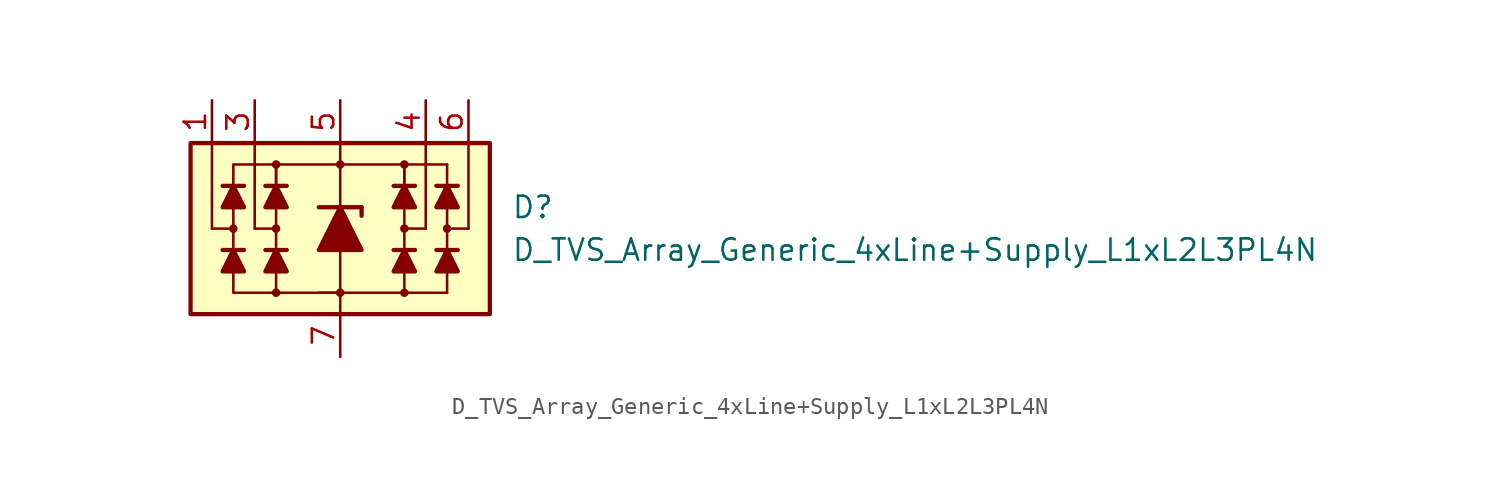
<source format=kicad_sym>
(kicad_symbol_lib
  (version 20211014)
  (generator kicad_symbol_editor)
  (symbol "D_TVS_Array_Generic_4xLine+Supply_L1xL2L3PL4N"
    (pin_names
      (offset 1.016) hide)
    (property "Reference" "D"
      (at 10.16 1.27 0)
      (effects (font (size 1.27 1.27)) (justify left)))
    (property "Value" "D_TVS_Array_Generic_4xLine+Supply_L1xL2L3PL4N"
      (at 10.16 -1.27 0)
      (effects (font (size 1.27 1.27)) (justify left)))
    (symbol "D_TVS_Array_Generic_4xLine+Supply_L1xL2L3PL4N_0_1"
      (rectangle (start -8.89 5.08) (end 8.89 -5.08) (stroke (width 0.254) (type default) (color 0 0 0 0)) (fill (type background)))
      (circle (center -3.81 0) (radius 0.178) (stroke (width 0) (type default) (color 0 0 0 0)) (fill (type outline)))
      (polyline (pts (xy -5.715 -1.27) (xy -6.985 -1.27)) (stroke (width 0.254) (type default) (color 0 0 0 0)) (fill (type none)))
      (polyline (pts (xy -5.715 2.54) (xy -6.985 2.54)) (stroke (width 0.254) (type default) (color 0 0 0 0)) (fill (type none)))
      (polyline (pts (xy -5.08 0) (xy -5.08 5.08)) (stroke (width 0) (type default) (color 0 0 0 0)) (fill (type none)))
      (polyline (pts (xy -3.81 -1.27) (xy -3.81 1.27)) (stroke (width 0) (type default) (color 0 0 0 0)) (fill (type none)))
      (polyline (pts (xy -3.81 0) (xy -5.08 0)) (stroke (width 0) (type default) (color 0 0 0 0)) (fill (type none)))
      (polyline (pts (xy -3.175 -1.27) (xy -4.445 -1.27)) (stroke (width 0.254) (type default) (color 0 0 0 0)) (fill (type none)))
      (polyline (pts (xy -3.175 2.54) (xy -4.445 2.54)) (stroke (width 0.254) (type default) (color 0 0 0 0)) (fill (type none)))
      (polyline (pts (xy 0 -1.27) (xy 0 -5.08)) (stroke (width 0) (type default) (color 0 0 0 0)) (fill (type none)))
      (polyline (pts (xy 0 1.27) (xy 0 5.08)) (stroke (width 0.152) (type default) (color 0 0 0 0)) (fill (type none)))
      (polyline (pts (xy 3.81 -1.27) (xy 3.81 1.27)) (stroke (width 0) (type default) (color 0 0 0 0)) (fill (type none)))
      (polyline (pts (xy 3.81 0) (xy 5.08 0)) (stroke (width 0) (type default) (color 0 0 0 0)) (fill (type none)))
      (polyline (pts (xy 3.81 3.81) (xy 6.35 3.81)) (stroke (width 0.152) (type default) (color 0 0 0 0)) (fill (type none)))
      (polyline (pts (xy 4.445 -1.27) (xy 3.175 -1.27)) (stroke (width 0.254) (type default) (color 0 0 0 0)) (fill (type none)))
      (polyline (pts (xy 4.445 2.54) (xy 3.175 2.54)) (stroke (width 0.254) (type default) (color 0 0 0 0)) (fill (type none)))
      (polyline (pts (xy 5.08 0) (xy 5.08 5.08)) (stroke (width 0) (type default) (color 0 0 0 0)) (fill (type none)))
      (polyline (pts (xy 6.35 3.81) (xy 6.35 -3.81)) (stroke (width 0.152) (type default) (color 0 0 0 0)) (fill (type none)))
      (polyline (pts (xy 6.985 -1.27) (xy 5.715 -1.27)) (stroke (width 0.254) (type default) (color 0 0 0 0)) (fill (type none)))
      (polyline (pts (xy 6.985 2.54) (xy 5.715 2.54)) (stroke (width 0.254) (type default) (color 0 0 0 0)) (fill (type none)))
      (polyline (pts (xy 6.35 -3.81) (xy -1.27 -3.81) (xy 0 -3.81)) (stroke (width 0.152) (type default) (color 0 0 0 0)) (fill (type none)))
      (polyline (pts (xy -6.35 -1.27) (xy -5.715 -2.54) (xy -6.985 -2.54) (xy -6.35 -1.27)) (stroke (width 0.254) (type default) (color 0 0 0 0)) (fill (type outline)))
      (polyline (pts (xy -6.35 2.54) (xy -5.715 1.27) (xy -6.985 1.27) (xy -6.35 2.54)) (stroke (width 0.254) (type default) (color 0 0 0 0)) (fill (type outline)))
      (polyline (pts (xy -3.81 -1.27) (xy -3.175 -2.54) (xy -4.445 -2.54) (xy -3.81 -1.27)) (stroke (width 0.254) (type default) (color 0 0 0 0)) (fill (type outline)))
      (polyline (pts (xy -3.81 2.54) (xy -3.81 3.81) (xy 3.81 3.81) (xy 3.81 2.54)) (stroke (width 0) (type default) (color 0 0 0 0)) (fill (type none)))
      (polyline (pts (xy -3.81 2.54) (xy -3.175 1.27) (xy -4.445 1.27) (xy -3.81 2.54)) (stroke (width 0.254) (type default) (color 0 0 0 0)) (fill (type outline)))
      (polyline (pts (xy 0 -3.81) (xy -6.35 -3.81) (xy -6.35 3.81) (xy -3.81 3.81)) (stroke (width 0) (type default) (color 0 0 0 0)) (fill (type none)))
      (polyline (pts (xy 3.81 -1.27) (xy 4.445 -2.54) (xy 3.175 -2.54) (xy 3.81 -1.27)) (stroke (width 0.254) (type default) (color 0 0 0 0)) (fill (type outline)))
      (polyline (pts (xy 3.81 2.54) (xy 4.445 1.27) (xy 3.175 1.27) (xy 3.81 2.54)) (stroke (width 0.254) (type default) (color 0 0 0 0)) (fill (type outline)))
      (polyline (pts (xy 6.35 -1.27) (xy 6.985 -2.54) (xy 5.715 -2.54) (xy 6.35 -1.27)) (stroke (width 0.254) (type default) (color 0 0 0 0)) (fill (type outline)))
      (polyline (pts (xy 6.35 2.54) (xy 6.985 1.27) (xy 5.715 1.27) (xy 6.35 2.54)) (stroke (width 0.254) (type default) (color 0 0 0 0)) (fill (type outline)))
      (circle (center 0 3.81) (radius 0.178) (stroke (width 0) (type default) (color 0 0 0 0)) (fill (type outline)))
      (circle (center 3.81 0) (radius 0.178) (stroke (width 0) (type default) (color 0 0 0 0)) (fill (type outline))))
    (symbol "D_TVS_Array_Generic_4xLine+Supply_L1xL2L3PL4N_1_1"
      (circle (center -6.35 0) (radius 0.178) (stroke (width 0) (type default) (color 0 0 0 0)) (fill (type outline)))
      (circle (center -3.81 -3.81) (radius 0.178) (stroke (width 0) (type default) (color 0 0 0 0)) (fill (type outline)))
      (circle (center -3.81 3.81) (radius 0.178) (stroke (width 0) (type default) (color 0 0 0 0)) (fill (type outline)))
      (circle (center 0 -3.81) (radius 0.178) (stroke (width 0) (type default) (color 0 0 0 0)) (fill (type outline)))
      (polyline (pts (xy -7.62 0) (xy -7.62 5.08)) (stroke (width 0) (type default) (color 0 0 0 0)) (fill (type none)))
      (polyline (pts (xy -6.35 0) (xy -7.62 0)) (stroke (width 0) (type default) (color 0 0 0 0)) (fill (type none)))
      (polyline (pts (xy -3.81 -3.81) (xy -3.81 -1.27)) (stroke (width 0) (type default) (color 0 0 0 0)) (fill (type none)))
      (polyline (pts (xy -3.81 1.27) (xy -3.81 3.81)) (stroke (width 0) (type default) (color 0 0 0 0)) (fill (type none)))
      (polyline (pts (xy -1.27 1.27) (xy 1.27 1.27)) (stroke (width 0.254) (type default) (color 0 0 0 0)) (fill (type none)))
      (polyline (pts (xy 0 -1.27) (xy 0 1.27)) (stroke (width 0) (type default) (color 0 0 0 0)) (fill (type none)))
      (polyline (pts (xy 1.27 1.27) (xy 1.27 0.762)) (stroke (width 0.254) (type default) (color 0 0 0 0)) (fill (type none)))
      (polyline (pts (xy 3.81 -3.81) (xy 3.81 -1.27)) (stroke (width 0) (type default) (color 0 0 0 0)) (fill (type none)))
      (polyline (pts (xy 3.81 1.27) (xy 3.81 3.81)) (stroke (width 0) (type default) (color 0 0 0 0)) (fill (type none)))
      (polyline (pts (xy 6.35 0) (xy 7.62 0)) (stroke (width 0) (type default) (color 0 0 0 0)) (fill (type none)))
      (polyline (pts (xy 7.62 0) (xy 7.62 5.08)) (stroke (width 0) (type default) (color 0 0 0 0)) (fill (type none)))
      (polyline (pts (xy 1.27 -1.27) (xy -1.27 -1.27) (xy 0 1.27) (xy 1.27 -1.27)) (stroke (width 0.254) (type default) (color 0 0 0 0)) (fill (type outline)))
      (circle (center 3.81 -3.81) (radius 0.178) (stroke (width 0) (type default) (color 0 0 0 0)) (fill (type outline)))
      (circle (center 3.81 3.81) (radius 0.178) (stroke (width 0) (type default) (color 0 0 0 0)) (fill (type outline)))
      (circle (center 6.35 0) (radius 0.178) (stroke (width 0) (type default) (color 0 0 0 0)) (fill (type outline)))
      (pin passive line (at -7.62 7.62 270) (length 2.54) (name "L1" (effects (font (size 1.27 1.27)))) (number "1" (effects (font (size 1.27 1.27)))))
      (pin no_connect line (at 2.54 1.27 0) (length 2.54) hide (name "NC" (effects (font (size 1.27 1.27)))) (number "2" (effects (font (size 1.27 1.27)))))
      (pin passive line (at -5.08 7.62 270) (length 2.54) (name "L2" (effects (font (size 1.27 1.27)))) (number "3" (effects (font (size 1.27 1.27)))))
      (pin passive line (at 5.08 7.62 270) (length 2.54) (name "L3" (effects (font (size 1.27 1.27)))) (number "4" (effects (font (size 1.27 1.27)))))
      (pin passive line (at 0 7.62 270) (length 2.54) (name "VP" (effects (font (size 1.27 1.27)))) (number "5" (effects (font (size 1.27 1.27)))))
      (pin passive line (at 7.62 7.62 270) (length 2.54) (name "L4" (effects (font (size 1.27 1.27)))) (number "6" (effects (font (size 1.27 1.27)))))
      (pin passive line (at 0 -7.62 90) (length 2.54) (name "VN" (effects (font (size 1.27 1.27)))) (number "7" (effects (font (size 1.27 1.27))))))))
</source>
